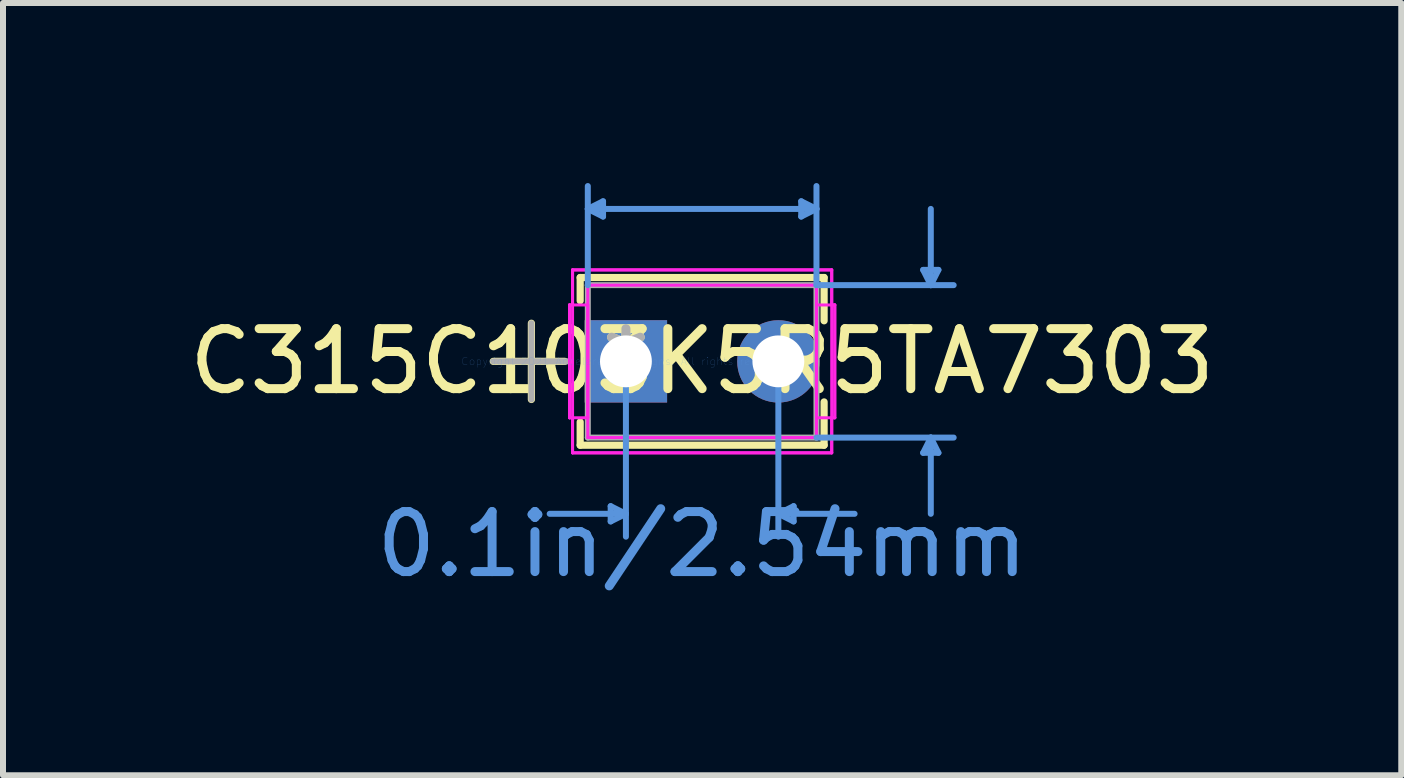
<source format=kicad_pcb>
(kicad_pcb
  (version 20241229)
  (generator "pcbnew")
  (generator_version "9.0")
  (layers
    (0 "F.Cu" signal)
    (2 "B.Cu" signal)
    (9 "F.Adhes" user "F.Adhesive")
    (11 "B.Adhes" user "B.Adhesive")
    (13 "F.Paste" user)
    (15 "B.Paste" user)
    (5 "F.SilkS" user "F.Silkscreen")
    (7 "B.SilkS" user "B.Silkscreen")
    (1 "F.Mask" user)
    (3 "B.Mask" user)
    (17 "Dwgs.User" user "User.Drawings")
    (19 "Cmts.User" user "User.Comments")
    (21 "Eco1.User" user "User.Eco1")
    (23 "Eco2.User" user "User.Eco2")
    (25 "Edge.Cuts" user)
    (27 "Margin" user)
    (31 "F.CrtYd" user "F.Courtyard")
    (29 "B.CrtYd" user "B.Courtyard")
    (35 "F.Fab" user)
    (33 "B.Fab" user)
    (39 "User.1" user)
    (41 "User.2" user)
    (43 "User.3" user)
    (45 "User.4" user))
  (footprint "C315C103K5R5TA7303"
    (layer "F.Cu")
    (at 7.379 2.971)
    (property "Reference" "C315C103K5R5TA7303" (at 1.27 0 0) (layer "F.SilkS") (effects (font (size 1 1) (thickness 0.15))))
    (attr through_hole)
    (fp_line (start -2.21 0) (end -1.019 0) (stroke (width 0.12) (type solid)) (layer "F.SilkS"))
    (fp_line (start -1.575 -0.635) (end -1.575 0.635) (stroke (width 0.12) (type solid)) (layer "F.SilkS"))
    (fp_line (start -0.762 -1.397) (end -0.762 -1.01) (stroke (width 0.12) (type solid)) (layer "F.SilkS"))
    (fp_line (start -0.762 1.01) (end -0.762 1.397) (stroke (width 0.12) (type solid)) (layer "F.SilkS"))
    (fp_line (start -0.762 1.397) (end 3.302 1.397) (stroke (width 0.12) (type solid)) (layer "F.SilkS"))
    (fp_line (start 3.302 -1.397) (end -0.762 -1.397) (stroke (width 0.12) (type solid)) (layer "F.SilkS"))
    (fp_line (start 3.302 -0.676) (end 3.302 -1.397) (stroke (width 0.12) (type solid)) (layer "F.SilkS"))
    (fp_line (start 3.302 1.397) (end 3.302 0.676) (stroke (width 0.12) (type solid)) (layer "F.SilkS"))
    (fp_line (start -0.635 -2.54) (end -0.381 -2.667) (stroke (width 0.1) (type solid)) (layer "Cmts.User"))
    (fp_line (start -0.635 -2.54) (end -0.381 -2.413) (stroke (width 0.1) (type solid)) (layer "Cmts.User"))
    (fp_line (start -0.635 -2.54) (end 3.175 -2.54) (stroke (width 0.1) (type solid)) (layer "Cmts.User"))
    (fp_line (start -0.635 -1.27) (end -0.635 -2.921) (stroke (width 0.1) (type solid)) (layer "Cmts.User"))
    (fp_line (start -0.381 -2.667) (end -0.381 -2.413) (stroke (width 0.1) (type solid)) (layer "Cmts.User"))
    (fp_line (start -0.254 2.413) (end -0.254 2.667) (stroke (width 0.1) (type solid)) (layer "Cmts.User"))
    (fp_line (start 0 0) (end 0 2.921) (stroke (width 0.1) (type solid)) (layer "Cmts.User"))
    (fp_line (start 0 2.54) (end -1.27 2.54) (stroke (width 0.1) (type solid)) (layer "Cmts.User"))
    (fp_line (start 0 2.54) (end -0.254 2.413) (stroke (width 0.1) (type solid)) (layer "Cmts.User"))
    (fp_line (start 0 2.54) (end -0.254 2.667) (stroke (width 0.1) (type solid)) (layer "Cmts.User"))
    (fp_line (start 2.54 0) (end 2.54 2.921) (stroke (width 0.1) (type solid)) (layer "Cmts.User"))
    (fp_line (start 2.54 2.54) (end 2.794 2.413) (stroke (width 0.1) (type solid)) (layer "Cmts.User"))
    (fp_line (start 2.54 2.54) (end 2.794 2.667) (stroke (width 0.1) (type solid)) (layer "Cmts.User"))
    (fp_line (start 2.54 2.54) (end 3.81 2.54) (stroke (width 0.1) (type solid)) (layer "Cmts.User"))
    (fp_line (start 2.794 2.413) (end 2.794 2.667) (stroke (width 0.1) (type solid)) (layer "Cmts.User"))
    (fp_line (start 2.921 -2.667) (end 2.921 -2.413) (stroke (width 0.1) (type solid)) (layer "Cmts.User"))
    (fp_line (start 3.175 -2.54) (end 2.921 -2.667) (stroke (width 0.1) (type solid)) (layer "Cmts.User"))
    (fp_line (start 3.175 -2.54) (end 2.921 -2.413) (stroke (width 0.1) (type solid)) (layer "Cmts.User"))
    (fp_line (start 3.175 -1.27) (end 3.175 -2.921) (stroke (width 0.1) (type solid)) (layer "Cmts.User"))
    (fp_line (start 3.175 -1.27) (end 5.461 -1.27) (stroke (width 0.1) (type solid)) (layer "Cmts.User"))
    (fp_line (start 3.175 1.27) (end 5.461 1.27) (stroke (width 0.1) (type solid)) (layer "Cmts.User"))
    (fp_line (start 4.953 -1.524) (end 5.207 -1.524) (stroke (width 0.1) (type solid)) (layer "Cmts.User"))
    (fp_line (start 4.953 1.524) (end 5.207 1.524) (stroke (width 0.1) (type solid)) (layer "Cmts.User"))
    (fp_line (start 5.08 -1.27) (end 4.953 -1.524) (stroke (width 0.1) (type solid)) (layer "Cmts.User"))
    (fp_line (start 5.08 -1.27) (end 5.08 -2.54) (stroke (width 0.1) (type solid)) (layer "Cmts.User"))
    (fp_line (start 5.08 -1.27) (end 5.207 -1.524) (stroke (width 0.1) (type solid)) (layer "Cmts.User"))
    (fp_line (start 5.08 1.27) (end 4.953 1.524) (stroke (width 0.1) (type solid)) (layer "Cmts.User"))
    (fp_line (start 5.08 1.27) (end 5.08 2.54) (stroke (width 0.1) (type solid)) (layer "Cmts.User"))
    (fp_line (start 5.08 1.27) (end 5.207 1.524) (stroke (width 0.1) (type solid)) (layer "Cmts.User"))
    (fp_line (start -0.94 -0.94) (end -0.889 -0.94) (stroke (width 0.05) (type solid)) (layer "F.CrtYd"))
    (fp_line (start -0.94 -0.94) (end -0.635 -0.94) (stroke (width 0.05) (type solid)) (layer "F.CrtYd"))
    (fp_line (start -0.94 0.94) (end -0.94 -0.94) (stroke (width 0.05) (type solid)) (layer "F.CrtYd"))
    (fp_line (start -0.94 0.94) (end -0.94 -0.94) (stroke (width 0.05) (type solid)) (layer "F.CrtYd"))
    (fp_line (start -0.889 -1.524) (end 3.429 -1.524) (stroke (width 0.05) (type solid)) (layer "F.CrtYd"))
    (fp_line (start -0.889 -1.524) (end 3.429 -1.524) (stroke (width 0.05) (type solid)) (layer "F.CrtYd"))
    (fp_line (start -0.889 -0.94) (end -0.889 -1.524) (stroke (width 0.05) (type solid)) (layer "F.CrtYd"))
    (fp_line (start -0.889 0.94) (end -0.94 0.94) (stroke (width 0.05) (type solid)) (layer "F.CrtYd"))
    (fp_line (start -0.889 1.524) (end -0.889 -1.524) (stroke (width 0.05) (type solid)) (layer "F.CrtYd"))
    (fp_line (start -0.889 1.524) (end -0.889 0.94) (stroke (width 0.05) (type solid)) (layer "F.CrtYd"))
    (fp_line (start -0.635 -1.27) (end 3.175 -1.27) (stroke (width 0.05) (type solid)) (layer "F.CrtYd"))
    (fp_line (start -0.635 -0.94) (end -0.635 0.94) (stroke (width 0.05) (type solid)) (layer "F.CrtYd"))
    (fp_line (start -0.635 0.94) (end -0.94 0.94) (stroke (width 0.05) (type solid)) (layer "F.CrtYd"))
    (fp_line (start -0.635 1.27) (end -0.635 -1.27) (stroke (width 0.05) (type solid)) (layer "F.CrtYd"))
    (fp_line (start 3.175 -1.27) (end 3.175 1.27) (stroke (width 0.05) (type solid)) (layer "F.CrtYd"))
    (fp_line (start 3.175 -0.94) (end 3.175 0.94) (stroke (width 0.05) (type solid)) (layer "F.CrtYd"))
    (fp_line (start 3.175 0.94) (end 3.48 0.94) (stroke (width 0.05) (type solid)) (layer "F.CrtYd"))
    (fp_line (start 3.175 1.27) (end -0.635 1.27) (stroke (width 0.05) (type solid)) (layer "F.CrtYd"))
    (fp_line (start 3.429 -1.524) (end 3.429 -0.94) (stroke (width 0.05) (type solid)) (layer "F.CrtYd"))
    (fp_line (start 3.429 -1.524) (end 3.429 1.524) (stroke (width 0.05) (type solid)) (layer "F.CrtYd"))
    (fp_line (start 3.429 -0.94) (end 3.48 -0.94) (stroke (width 0.05) (type solid)) (layer "F.CrtYd"))
    (fp_line (start 3.429 0.94) (end 3.429 1.524) (stroke (width 0.05) (type solid)) (layer "F.CrtYd"))
    (fp_line (start 3.429 1.524) (end -0.889 1.524) (stroke (width 0.05) (type solid)) (layer "F.CrtYd"))
    (fp_line (start 3.429 1.524) (end -0.889 1.524) (stroke (width 0.05) (type solid)) (layer "F.CrtYd"))
    (fp_line (start 3.48 -0.94) (end 3.175 -0.94) (stroke (width 0.05) (type solid)) (layer "F.CrtYd"))
    (fp_line (start 3.48 -0.94) (end 3.48 0.94) (stroke (width 0.05) (type solid)) (layer "F.CrtYd"))
    (fp_line (start 3.48 0.94) (end 3.429 0.94) (stroke (width 0.05) (type solid)) (layer "F.CrtYd"))
    (fp_line (start 3.48 0.94) (end 3.48 -0.94) (stroke (width 0.05) (type solid)) (layer "F.CrtYd"))
    (fp_line (start -2.21 0) (end -0.94 0) (stroke (width 0.1) (type solid)) (layer "F.Fab"))
    (fp_line (start -1.575 -0.635) (end -1.575 0.635) (stroke (width 0.1) (type solid)) (layer "F.Fab"))
    (fp_line (start -0.635 -1.27) (end -0.635 1.27) (stroke (width 0.1) (type solid)) (layer "F.Fab"))
    (fp_line (start -0.635 1.27) (end 3.175 1.27) (stroke (width 0.1) (type solid)) (layer "F.Fab"))
    (fp_line (start 3.175 -1.27) (end -0.635 -1.27) (stroke (width 0.1) (type solid)) (layer "F.Fab"))
    (fp_line (start 3.175 1.27) (end 3.175 -1.27) (stroke (width 0.1) (type solid)) (layer "F.Fab"))
    (fp_text user "*" (at 0 0 0) (layer "F.SilkS") (effects (font (size 1 1) (thickness 0.15))))
    (fp_text user "Copyright 2021 Accelerated Designs. All rights reserved." (at 0 0 0) (layer "Cmts.User") (effects (font (size 0.127 0.127) (thickness 0.002))))
    (fp_text user "0.1in/2.54mm" (at 1.27 3.048 0) (layer "Cmts.User") (effects (font (size 1 1) (thickness 0.15))))
    (fp_text user "*" (at 0 0 0) (layer "F.Fab") (effects (font (size 1 1) (thickness 0.15))))
    (pad "1" thru_hole rect (at 0 0) (size 1.372 1.372) (drill 0.864) (layers "*.Cu" "*.Mask"))
    (pad "2" thru_hole circle (at 2.54 0) (size 1.372 1.372) (drill 0.864) (layers "*.Cu" "*.Mask")))
  (gr_rect
    (start -3 -3)
    (end 20.298 9.867)
    (stroke (width 0.1) (type default))
    (fill no)
    (layer "Edge.Cuts")))
</source>
